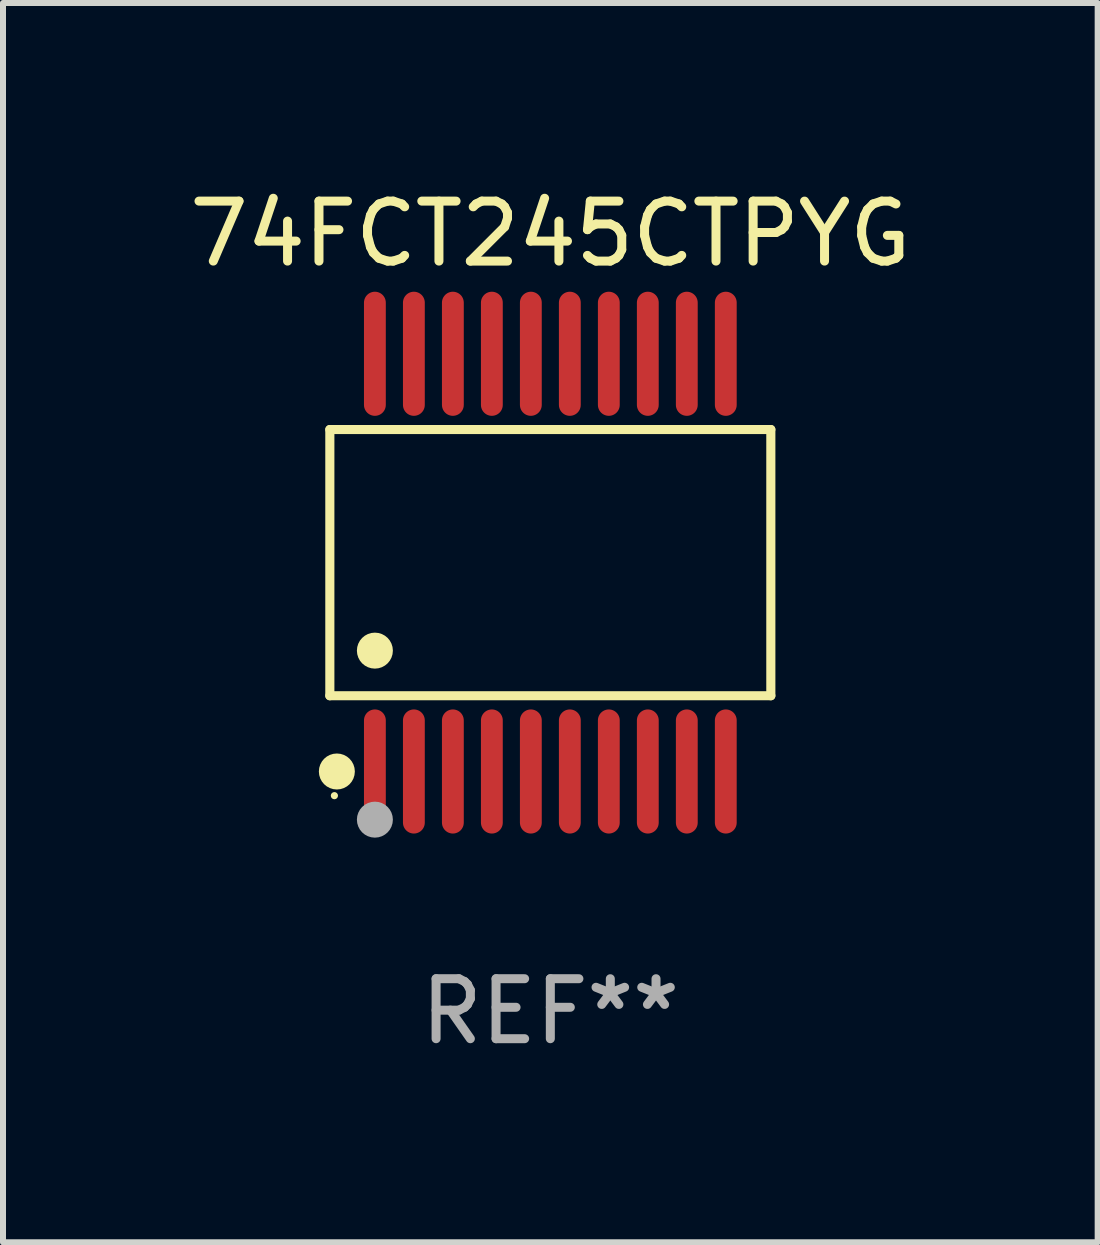
<source format=kicad_pcb>
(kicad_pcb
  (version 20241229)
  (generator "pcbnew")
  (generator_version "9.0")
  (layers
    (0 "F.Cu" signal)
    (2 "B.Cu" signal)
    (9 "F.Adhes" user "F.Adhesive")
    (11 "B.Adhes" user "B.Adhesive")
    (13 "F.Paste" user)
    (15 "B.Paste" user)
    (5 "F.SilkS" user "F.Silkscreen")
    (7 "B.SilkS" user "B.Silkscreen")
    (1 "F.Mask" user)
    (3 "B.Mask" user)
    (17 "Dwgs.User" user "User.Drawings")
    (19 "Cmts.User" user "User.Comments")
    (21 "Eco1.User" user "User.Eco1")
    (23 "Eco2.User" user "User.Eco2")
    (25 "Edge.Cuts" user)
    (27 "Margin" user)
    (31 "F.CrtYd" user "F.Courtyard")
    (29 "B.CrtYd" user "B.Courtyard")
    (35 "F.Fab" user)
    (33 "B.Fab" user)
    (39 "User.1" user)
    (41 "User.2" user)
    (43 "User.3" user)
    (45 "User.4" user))
  (footprint "74FCT245CTPYG"
    (layer "F.Cu")
    (at 6.125 6.33)
    (property "Reference" "74FCT245CTPYG" (at 0 -5.482 0) (layer "F.SilkS") (effects (font (size 1 1) (thickness 0.15))))
    (attr through_hole)
    (fp_line (start -3.676 -2.219) (end 3.676 -2.219) (stroke (width 0.152) (type solid)) (layer "F.SilkS"))
    (fp_line (start -3.676 2.219) (end -3.676 -2.219) (stroke (width 0.152) (type solid)) (layer "F.SilkS"))
    (fp_line (start 3.676 -2.219) (end 3.676 2.219) (stroke (width 0.152) (type solid)) (layer "F.SilkS"))
    (fp_line (start 3.676 2.219) (end -3.676 2.219) (stroke (width 0.152) (type solid)) (layer "F.SilkS"))
    (fp_circle (center -3.6 3.885) (end -3.57 3.885) (stroke (width 0.06) (type solid)) (fill no) (layer "F.SilkS"))
    (fp_circle (center -3.559 3.482) (end -3.409 3.482) (stroke (width 0.3) (type solid)) (fill no) (layer "F.SilkS"))
    (fp_circle (center -2.925 1.467) (end -2.775 1.467) (stroke (width 0.3) (type solid)) (fill no) (layer "F.SilkS"))
    (fp_circle (center -2.925 4.285) (end -2.775 4.285) (stroke (width 0.3) (type solid)) (fill no) (layer "F.Fab"))
    (fp_text user "REF**" (at 0 7.482 0) (layer "F.Fab") (effects (font (size 1 1) (thickness 0.15))))
    (pad "1" smd oval (at -2.925 3.482) (size 0.364 2.069) (layers "F.Cu" "F.Mask" "F.Paste"))
    (pad "2" smd oval (at -2.275 3.482) (size 0.364 2.069) (layers "F.Cu" "F.Mask" "F.Paste"))
    (pad "3" smd oval (at -1.625 3.482) (size 0.364 2.069) (layers "F.Cu" "F.Mask" "F.Paste"))
    (pad "4" smd oval (at -0.975 3.482) (size 0.364 2.069) (layers "F.Cu" "F.Mask" "F.Paste"))
    (pad "5" smd oval (at -0.325 3.482) (size 0.364 2.069) (layers "F.Cu" "F.Mask" "F.Paste"))
    (pad "6" smd oval (at 0.325 3.482) (size 0.364 2.069) (layers "F.Cu" "F.Mask" "F.Paste"))
    (pad "7" smd oval (at 0.975 3.482) (size 0.364 2.069) (layers "F.Cu" "F.Mask" "F.Paste"))
    (pad "8" smd oval (at 1.625 3.482) (size 0.364 2.069) (layers "F.Cu" "F.Mask" "F.Paste"))
    (pad "9" smd oval (at 2.275 3.482) (size 0.364 2.069) (layers "F.Cu" "F.Mask" "F.Paste"))
    (pad "10" smd oval (at 2.925 3.482) (size 0.364 2.069) (layers "F.Cu" "F.Mask" "F.Paste"))
    (pad "11" smd oval (at 2.925 -3.482) (size 0.364 2.069) (layers "F.Cu" "F.Mask" "F.Paste"))
    (pad "12" smd oval (at 2.275 -3.482) (size 0.364 2.069) (layers "F.Cu" "F.Mask" "F.Paste"))
    (pad "13" smd oval (at 1.625 -3.482) (size 0.364 2.069) (layers "F.Cu" "F.Mask" "F.Paste"))
    (pad "14" smd oval (at 0.975 -3.482) (size 0.364 2.069) (layers "F.Cu" "F.Mask" "F.Paste"))
    (pad "15" smd oval (at 0.325 -3.482) (size 0.364 2.069) (layers "F.Cu" "F.Mask" "F.Paste"))
    (pad "16" smd oval (at -0.325 -3.482) (size 0.364 2.069) (layers "F.Cu" "F.Mask" "F.Paste"))
    (pad "17" smd oval (at -0.975 -3.482) (size 0.364 2.069) (layers "F.Cu" "F.Mask" "F.Paste"))
    (pad "18" smd oval (at -1.625 -3.482) (size 0.364 2.069) (layers "F.Cu" "F.Mask" "F.Paste"))
    (pad "19" smd oval (at -2.275 -3.482) (size 0.364 2.069) (layers "F.Cu" "F.Mask" "F.Paste"))
    (pad "20" smd oval (at -2.925 -3.482) (size 0.364 2.069) (layers "F.Cu" "F.Mask" "F.Paste")))
  (gr_rect
    (start -3 -3)
    (end 15.25 17.661)
    (stroke (width 0.1) (type default))
    (fill no)
    (layer "Edge.Cuts")))
</source>
